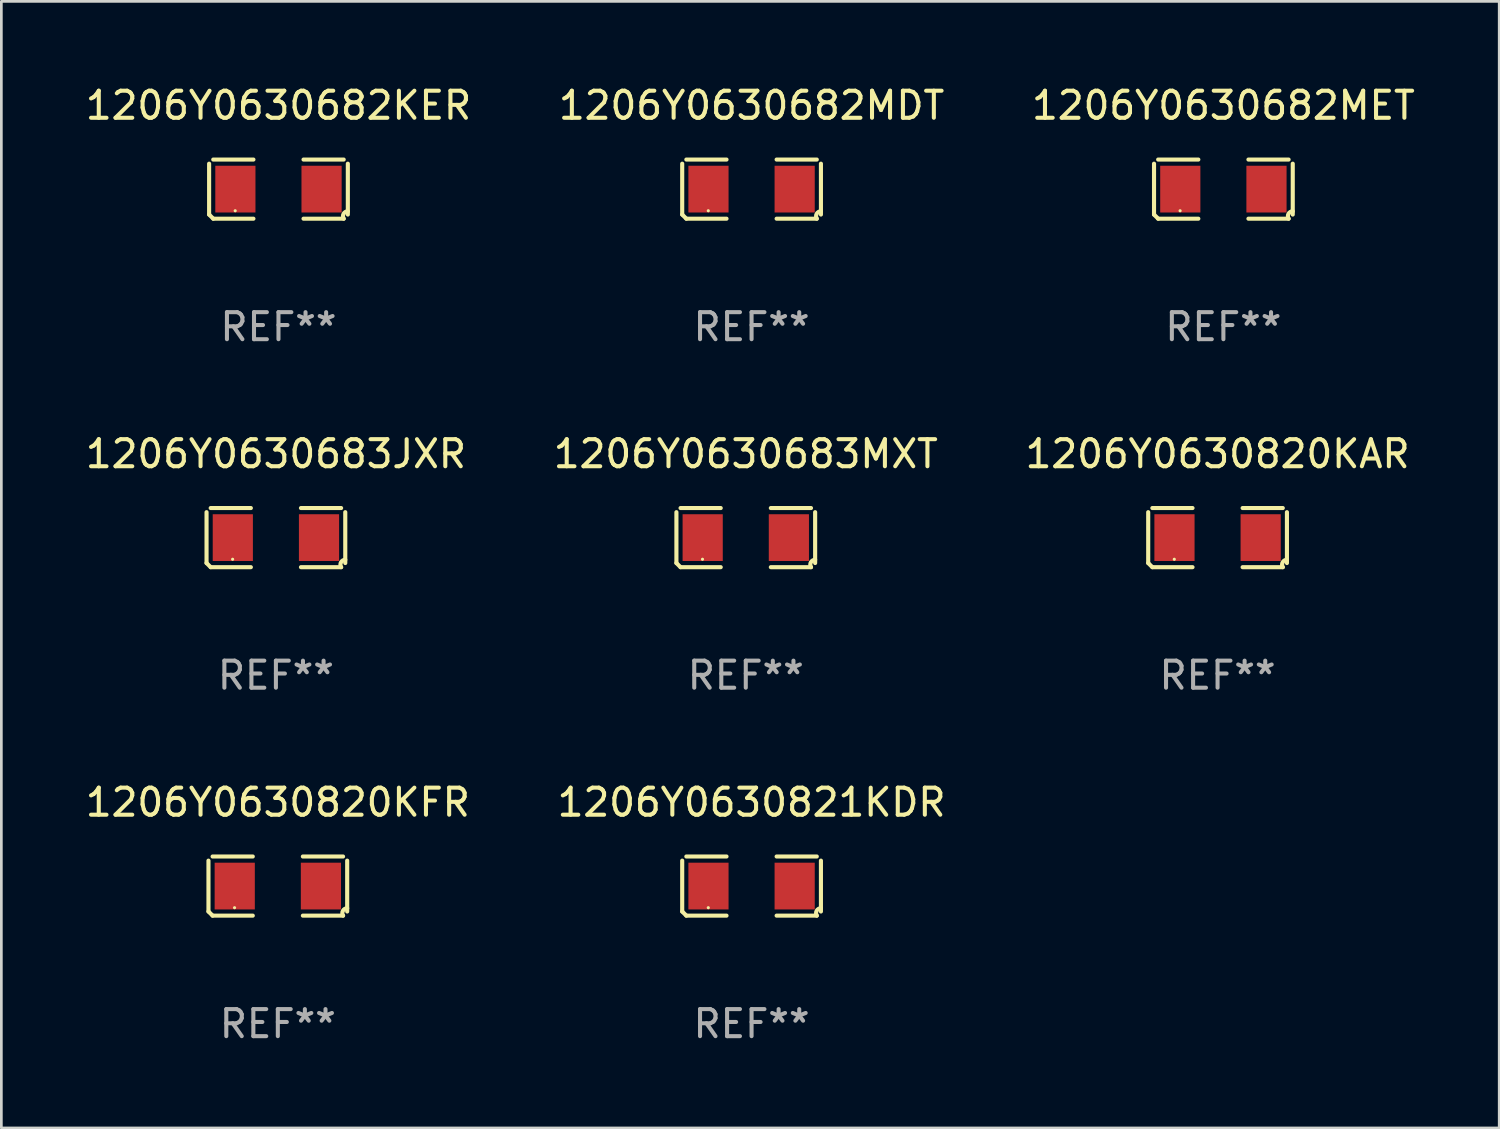
<source format=kicad_pcb>
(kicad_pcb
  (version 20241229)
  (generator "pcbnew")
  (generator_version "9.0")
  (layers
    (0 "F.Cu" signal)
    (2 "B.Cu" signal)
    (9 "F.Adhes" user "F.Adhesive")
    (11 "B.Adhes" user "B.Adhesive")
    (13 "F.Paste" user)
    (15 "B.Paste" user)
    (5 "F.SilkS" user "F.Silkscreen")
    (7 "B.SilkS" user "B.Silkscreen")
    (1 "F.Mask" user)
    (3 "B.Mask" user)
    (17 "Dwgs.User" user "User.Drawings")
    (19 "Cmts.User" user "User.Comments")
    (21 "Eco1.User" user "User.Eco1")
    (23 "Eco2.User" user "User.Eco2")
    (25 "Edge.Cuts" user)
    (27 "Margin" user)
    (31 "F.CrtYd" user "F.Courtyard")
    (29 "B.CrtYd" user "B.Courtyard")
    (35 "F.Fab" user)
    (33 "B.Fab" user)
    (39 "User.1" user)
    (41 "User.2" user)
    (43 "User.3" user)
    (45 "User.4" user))
  (footprint "1206Y0630682MDT"
    (layer "F.Cu")
    (at 24.732 3.941)
    (property "Reference" "1206Y0630682MDT" (at 0 -3.093 0) (layer "F.SilkS") (effects (font (size 1 1) (thickness 0.15))))
    (attr through_hole)
    (fp_line (start -2.564 0.94) (end -2.564 -0.94) (stroke (width 0.152) (type solid)) (layer "F.SilkS"))
    (fp_line (start -2.411 -1.093) (end -0.926 -1.093) (stroke (width 0.152) (type solid)) (layer "F.SilkS"))
    (fp_line (start -0.926 1.093) (end -2.411 1.093) (stroke (width 0.152) (type solid)) (layer "F.SilkS"))
    (fp_line (start 0.926 1.093) (end 2.411 1.093) (stroke (width 0.152) (type solid)) (layer "F.SilkS"))
    (fp_line (start 2.411 -1.093) (end 0.926 -1.093) (stroke (width 0.152) (type solid)) (layer "F.SilkS"))
    (fp_line (start 2.564 0.94) (end 2.564 -0.94) (stroke (width 0.152) (type solid)) (layer "F.SilkS"))
    (fp_arc (start -2.411201 1.092609) (mid -2.487413 1.01642) (end -2.563602 0.940208) (stroke (width 0.1524) (type solid)) (layer "F.SilkS"))
    (fp_arc (start 2.411201 1.092609) (mid 2.407159 0.911226) (end 2.563602 0.819347) (stroke (width 0.1524) (type solid)) (layer "F.SilkS"))
    (fp_circle (center -1.6 0.8) (end -1.57 0.8) (stroke (width 0.06) (type solid)) (fill no) (layer "F.SilkS"))
    (fp_text user "REF**" (at 0 5.093 0) (layer "F.Fab") (effects (font (size 1 1) (thickness 0.15))))
    (pad "1" smd rect (at -1.593 0) (size 1.485 1.728) (layers "F.Cu" "F.Mask" "F.Paste"))
    (pad "2" smd rect (at 1.593 0) (size 1.485 1.728) (layers "F.Cu" "F.Mask" "F.Paste")))
  (footprint "1206Y0630682MET"
    (layer "F.Cu")
    (at 42.173 3.941)
    (property "Reference" "1206Y0630682MET" (at 0 -3.093 0) (layer "F.SilkS") (effects (font (size 1 1) (thickness 0.15))))
    (attr through_hole)
    (fp_line (start -2.564 0.94) (end -2.564 -0.94) (stroke (width 0.152) (type solid)) (layer "F.SilkS"))
    (fp_line (start -2.411 -1.093) (end -0.926 -1.093) (stroke (width 0.152) (type solid)) (layer "F.SilkS"))
    (fp_line (start -0.926 1.093) (end -2.411 1.093) (stroke (width 0.152) (type solid)) (layer "F.SilkS"))
    (fp_line (start 0.926 1.093) (end 2.411 1.093) (stroke (width 0.152) (type solid)) (layer "F.SilkS"))
    (fp_line (start 2.411 -1.093) (end 0.926 -1.093) (stroke (width 0.152) (type solid)) (layer "F.SilkS"))
    (fp_line (start 2.564 0.94) (end 2.564 -0.94) (stroke (width 0.152) (type solid)) (layer "F.SilkS"))
    (fp_arc (start -2.411201 1.092609) (mid -2.487413 1.01642) (end -2.563602 0.940208) (stroke (width 0.1524) (type solid)) (layer "F.SilkS"))
    (fp_arc (start 2.411201 1.092609) (mid 2.407159 0.911226) (end 2.563602 0.819347) (stroke (width 0.1524) (type solid)) (layer "F.SilkS"))
    (fp_circle (center -1.6 0.8) (end -1.57 0.8) (stroke (width 0.06) (type solid)) (fill no) (layer "F.SilkS"))
    (fp_text user "REF**" (at 0 5.093 0) (layer "F.Fab") (effects (font (size 1 1) (thickness 0.15))))
    (pad "1" smd rect (at -1.593 0) (size 1.485 1.728) (layers "F.Cu" "F.Mask" "F.Paste"))
    (pad "2" smd rect (at 1.593 0) (size 1.485 1.728) (layers "F.Cu" "F.Mask" "F.Paste")))
  (footprint "1206Y0630820KAR"
    (layer "F.Cu")
    (at 41.958 16.823)
    (property "Reference" "1206Y0630820KAR" (at 0 -3.093 0) (layer "F.SilkS") (effects (font (size 1 1) (thickness 0.15))))
    (attr through_hole)
    (fp_line (start -2.564 0.94) (end -2.564 -0.94) (stroke (width 0.152) (type solid)) (layer "F.SilkS"))
    (fp_line (start -2.411 -1.093) (end -0.926 -1.093) (stroke (width 0.152) (type solid)) (layer "F.SilkS"))
    (fp_line (start -0.926 1.093) (end -2.411 1.093) (stroke (width 0.152) (type solid)) (layer "F.SilkS"))
    (fp_line (start 0.926 1.093) (end 2.411 1.093) (stroke (width 0.152) (type solid)) (layer "F.SilkS"))
    (fp_line (start 2.411 -1.093) (end 0.926 -1.093) (stroke (width 0.152) (type solid)) (layer "F.SilkS"))
    (fp_line (start 2.564 0.94) (end 2.564 -0.94) (stroke (width 0.152) (type solid)) (layer "F.SilkS"))
    (fp_arc (start -2.411201 1.092609) (mid -2.487413 1.01642) (end -2.563602 0.940208) (stroke (width 0.1524) (type solid)) (layer "F.SilkS"))
    (fp_arc (start 2.411201 1.092609) (mid 2.407159 0.911226) (end 2.563602 0.819347) (stroke (width 0.1524) (type solid)) (layer "F.SilkS"))
    (fp_circle (center -1.6 0.8) (end -1.57 0.8) (stroke (width 0.06) (type solid)) (fill no) (layer "F.SilkS"))
    (fp_text user "REF**" (at 0 5.093 0) (layer "F.Fab") (effects (font (size 1 1) (thickness 0.15))))
    (pad "1" smd rect (at -1.593 0) (size 1.485 1.728) (layers "F.Cu" "F.Mask" "F.Paste"))
    (pad "2" smd rect (at 1.593 0) (size 1.485 1.728) (layers "F.Cu" "F.Mask" "F.Paste")))
  (footprint "1206Y0630682KER"
    (layer "F.Cu")
    (at 7.244 3.941)
    (property "Reference" "1206Y0630682KER" (at 0 -3.093 0) (layer "F.SilkS") (effects (font (size 1 1) (thickness 0.15))))
    (attr through_hole)
    (fp_line (start -2.564 0.94) (end -2.564 -0.94) (stroke (width 0.152) (type solid)) (layer "F.SilkS"))
    (fp_line (start -2.411 -1.093) (end -0.926 -1.093) (stroke (width 0.152) (type solid)) (layer "F.SilkS"))
    (fp_line (start -0.926 1.093) (end -2.411 1.093) (stroke (width 0.152) (type solid)) (layer "F.SilkS"))
    (fp_line (start 0.926 1.093) (end 2.411 1.093) (stroke (width 0.152) (type solid)) (layer "F.SilkS"))
    (fp_line (start 2.411 -1.093) (end 0.926 -1.093) (stroke (width 0.152) (type solid)) (layer "F.SilkS"))
    (fp_line (start 2.564 0.94) (end 2.564 -0.94) (stroke (width 0.152) (type solid)) (layer "F.SilkS"))
    (fp_arc (start -2.411201 1.092609) (mid -2.487413 1.01642) (end -2.563602 0.940208) (stroke (width 0.1524) (type solid)) (layer "F.SilkS"))
    (fp_arc (start 2.411201 1.092609) (mid 2.407159 0.911226) (end 2.563602 0.819347) (stroke (width 0.1524) (type solid)) (layer "F.SilkS"))
    (fp_circle (center -1.6 0.8) (end -1.57 0.8) (stroke (width 0.06) (type solid)) (fill no) (layer "F.SilkS"))
    (fp_text user "REF**" (at 0 5.093 0) (layer "F.Fab") (effects (font (size 1 1) (thickness 0.15))))
    (pad "1" smd rect (at -1.593 0) (size 1.485 1.728) (layers "F.Cu" "F.Mask" "F.Paste"))
    (pad "2" smd rect (at 1.593 0) (size 1.485 1.728) (layers "F.Cu" "F.Mask" "F.Paste")))
  (footprint "1206Y0630683JXR"
    (layer "F.Cu")
    (at 7.149 16.823)
    (property "Reference" "1206Y0630683JXR" (at 0 -3.093 0) (layer "F.SilkS") (effects (font (size 1 1) (thickness 0.15))))
    (attr through_hole)
    (fp_line (start -2.564 0.94) (end -2.564 -0.94) (stroke (width 0.152) (type solid)) (layer "F.SilkS"))
    (fp_line (start -2.411 -1.093) (end -0.926 -1.093) (stroke (width 0.152) (type solid)) (layer "F.SilkS"))
    (fp_line (start -0.926 1.093) (end -2.411 1.093) (stroke (width 0.152) (type solid)) (layer "F.SilkS"))
    (fp_line (start 0.926 1.093) (end 2.411 1.093) (stroke (width 0.152) (type solid)) (layer "F.SilkS"))
    (fp_line (start 2.411 -1.093) (end 0.926 -1.093) (stroke (width 0.152) (type solid)) (layer "F.SilkS"))
    (fp_line (start 2.564 0.94) (end 2.564 -0.94) (stroke (width 0.152) (type solid)) (layer "F.SilkS"))
    (fp_arc (start -2.411201 1.092609) (mid -2.487413 1.01642) (end -2.563602 0.940208) (stroke (width 0.1524) (type solid)) (layer "F.SilkS"))
    (fp_arc (start 2.411201 1.092609) (mid 2.407159 0.911226) (end 2.563602 0.819347) (stroke (width 0.1524) (type solid)) (layer "F.SilkS"))
    (fp_circle (center -1.6 0.8) (end -1.57 0.8) (stroke (width 0.06) (type solid)) (fill no) (layer "F.SilkS"))
    (fp_text user "REF**" (at 0 5.093 0) (layer "F.Fab") (effects (font (size 1 1) (thickness 0.15))))
    (pad "1" smd rect (at -1.593 0) (size 1.485 1.728) (layers "F.Cu" "F.Mask" "F.Paste"))
    (pad "2" smd rect (at 1.593 0) (size 1.485 1.728) (layers "F.Cu" "F.Mask" "F.Paste")))
  (footprint "1206Y0630821KDR"
    (layer "F.Cu")
    (at 24.732 29.704)
    (property "Reference" "1206Y0630821KDR" (at 0 -3.093 0) (layer "F.SilkS") (effects (font (size 1 1) (thickness 0.15))))
    (attr through_hole)
    (fp_line (start -2.564 0.94) (end -2.564 -0.94) (stroke (width 0.152) (type solid)) (layer "F.SilkS"))
    (fp_line (start -2.411 -1.093) (end -0.926 -1.093) (stroke (width 0.152) (type solid)) (layer "F.SilkS"))
    (fp_line (start -0.926 1.093) (end -2.411 1.093) (stroke (width 0.152) (type solid)) (layer "F.SilkS"))
    (fp_line (start 0.926 1.093) (end 2.411 1.093) (stroke (width 0.152) (type solid)) (layer "F.SilkS"))
    (fp_line (start 2.411 -1.093) (end 0.926 -1.093) (stroke (width 0.152) (type solid)) (layer "F.SilkS"))
    (fp_line (start 2.564 0.94) (end 2.564 -0.94) (stroke (width 0.152) (type solid)) (layer "F.SilkS"))
    (fp_arc (start -2.411201 1.092609) (mid -2.487413 1.01642) (end -2.563602 0.940208) (stroke (width 0.1524) (type solid)) (layer "F.SilkS"))
    (fp_arc (start 2.411201 1.092609) (mid 2.407159 0.911226) (end 2.563602 0.819347) (stroke (width 0.1524) (type solid)) (layer "F.SilkS"))
    (fp_circle (center -1.6 0.8) (end -1.57 0.8) (stroke (width 0.06) (type solid)) (fill no) (layer "F.SilkS"))
    (fp_text user "REF**" (at 0 5.093 0) (layer "F.Fab") (effects (font (size 1 1) (thickness 0.15))))
    (pad "1" smd rect (at -1.593 0) (size 1.485 1.728) (layers "F.Cu" "F.Mask" "F.Paste"))
    (pad "2" smd rect (at 1.593 0) (size 1.485 1.728) (layers "F.Cu" "F.Mask" "F.Paste")))
  (footprint "1206Y0630683MXT"
    (layer "F.Cu")
    (at 24.518 16.823)
    (property "Reference" "1206Y0630683MXT" (at 0 -3.093 0) (layer "F.SilkS") (effects (font (size 1 1) (thickness 0.15))))
    (attr through_hole)
    (fp_line (start -2.564 0.94) (end -2.564 -0.94) (stroke (width 0.152) (type solid)) (layer "F.SilkS"))
    (fp_line (start -2.411 -1.093) (end -0.926 -1.093) (stroke (width 0.152) (type solid)) (layer "F.SilkS"))
    (fp_line (start -0.926 1.093) (end -2.411 1.093) (stroke (width 0.152) (type solid)) (layer "F.SilkS"))
    (fp_line (start 0.926 1.093) (end 2.411 1.093) (stroke (width 0.152) (type solid)) (layer "F.SilkS"))
    (fp_line (start 2.411 -1.093) (end 0.926 -1.093) (stroke (width 0.152) (type solid)) (layer "F.SilkS"))
    (fp_line (start 2.564 0.94) (end 2.564 -0.94) (stroke (width 0.152) (type solid)) (layer "F.SilkS"))
    (fp_arc (start -2.411201 1.092609) (mid -2.487413 1.01642) (end -2.563602 0.940208) (stroke (width 0.1524) (type solid)) (layer "F.SilkS"))
    (fp_arc (start 2.411201 1.092609) (mid 2.407159 0.911226) (end 2.563602 0.819347) (stroke (width 0.1524) (type solid)) (layer "F.SilkS"))
    (fp_circle (center -1.6 0.8) (end -1.57 0.8) (stroke (width 0.06) (type solid)) (fill no) (layer "F.SilkS"))
    (fp_text user "REF**" (at 0 5.093 0) (layer "F.Fab") (effects (font (size 1 1) (thickness 0.15))))
    (pad "1" smd rect (at -1.593 0) (size 1.485 1.728) (layers "F.Cu" "F.Mask" "F.Paste"))
    (pad "2" smd rect (at 1.593 0) (size 1.485 1.728) (layers "F.Cu" "F.Mask" "F.Paste")))
  (footprint "1206Y0630820KFR"
    (layer "F.Cu")
    (at 7.22 29.704)
    (property "Reference" "1206Y0630820KFR" (at 0 -3.093 0) (layer "F.SilkS") (effects (font (size 1 1) (thickness 0.15))))
    (attr through_hole)
    (fp_line (start -2.564 0.94) (end -2.564 -0.94) (stroke (width 0.152) (type solid)) (layer "F.SilkS"))
    (fp_line (start -2.411 -1.093) (end -0.926 -1.093) (stroke (width 0.152) (type solid)) (layer "F.SilkS"))
    (fp_line (start -0.926 1.093) (end -2.411 1.093) (stroke (width 0.152) (type solid)) (layer "F.SilkS"))
    (fp_line (start 0.926 1.093) (end 2.411 1.093) (stroke (width 0.152) (type solid)) (layer "F.SilkS"))
    (fp_line (start 2.411 -1.093) (end 0.926 -1.093) (stroke (width 0.152) (type solid)) (layer "F.SilkS"))
    (fp_line (start 2.564 0.94) (end 2.564 -0.94) (stroke (width 0.152) (type solid)) (layer "F.SilkS"))
    (fp_arc (start -2.411201 1.092609) (mid -2.487413 1.01642) (end -2.563602 0.940208) (stroke (width 0.1524) (type solid)) (layer "F.SilkS"))
    (fp_arc (start 2.411201 1.092609) (mid 2.407159 0.911226) (end 2.563602 0.819347) (stroke (width 0.1524) (type solid)) (layer "F.SilkS"))
    (fp_circle (center -1.6 0.8) (end -1.57 0.8) (stroke (width 0.06) (type solid)) (fill no) (layer "F.SilkS"))
    (fp_text user "REF**" (at 0 5.093 0) (layer "F.Fab") (effects (font (size 1 1) (thickness 0.15))))
    (pad "1" smd rect (at -1.593 0) (size 1.485 1.728) (layers "F.Cu" "F.Mask" "F.Paste"))
    (pad "2" smd rect (at 1.593 0) (size 1.485 1.728) (layers "F.Cu" "F.Mask" "F.Paste")))
  (gr_rect
    (start -3 -3)
    (end 52.369 38.645)
    (stroke (width 0.1) (type default))
    (fill no)
    (layer "Edge.Cuts")))
</source>
